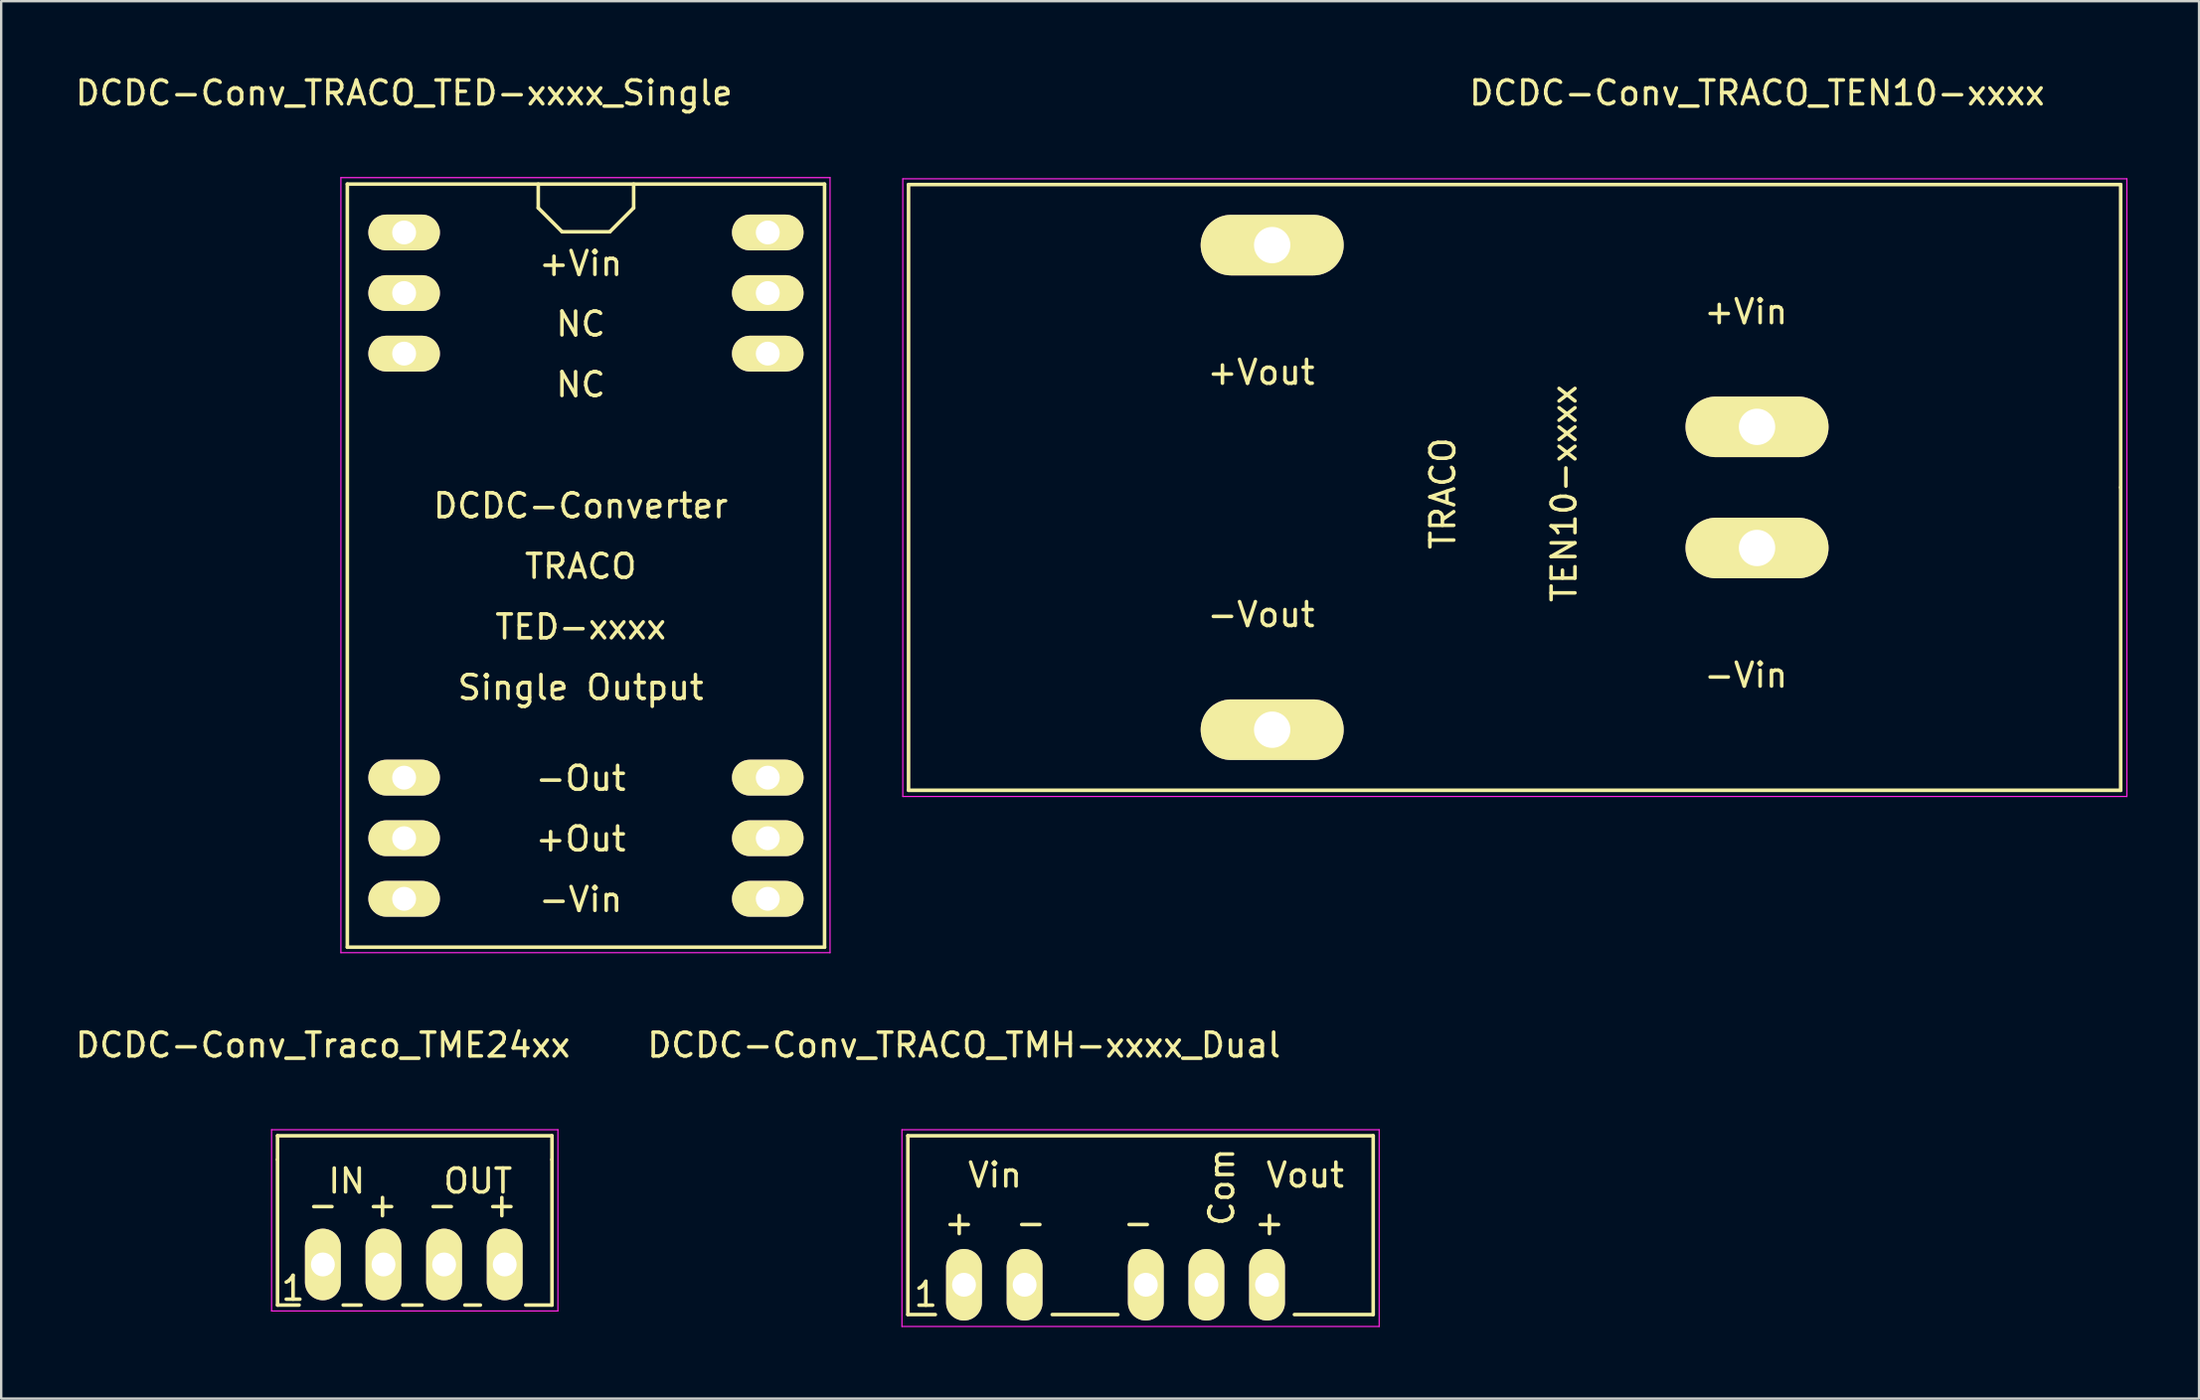
<source format=kicad_pcb>
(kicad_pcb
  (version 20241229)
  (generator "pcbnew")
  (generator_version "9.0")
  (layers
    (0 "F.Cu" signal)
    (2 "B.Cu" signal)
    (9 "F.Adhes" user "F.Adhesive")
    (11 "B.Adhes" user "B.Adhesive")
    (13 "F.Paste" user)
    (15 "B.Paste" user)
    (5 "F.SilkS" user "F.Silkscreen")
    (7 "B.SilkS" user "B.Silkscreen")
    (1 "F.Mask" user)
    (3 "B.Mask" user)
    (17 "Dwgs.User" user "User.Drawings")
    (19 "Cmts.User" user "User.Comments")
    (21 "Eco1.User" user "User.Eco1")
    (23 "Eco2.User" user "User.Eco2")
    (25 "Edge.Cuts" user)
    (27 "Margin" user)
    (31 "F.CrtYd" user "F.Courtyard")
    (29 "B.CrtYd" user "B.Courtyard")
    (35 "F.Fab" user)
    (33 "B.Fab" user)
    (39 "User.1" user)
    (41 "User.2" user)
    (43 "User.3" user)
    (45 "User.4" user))
  (footprint "DCDC-Conv_TRACO_TMH-xxxx_Dual"
    (layer "F.Cu")
    (at 37.351 50.822)
    (property "Reference" "DCDC-Conv_TRACO_TMH-xxxx_Dual" (at 0 -10.05 0) (layer "F.SilkS") (effects (font (size 1 1) (thickness 0.15))))
    (attr through_hole)
    (fp_line (start -2.352 -6.248) (end -2.352 1.25) (stroke (width 0.15) (type solid)) (layer "F.SilkS"))
    (fp_line (start -1.201 1.25) (end -2.352 1.25) (stroke (width 0.15) (type solid)) (layer "F.SilkS"))
    (fp_line (start 6.449 1.25) (end 3.698 1.25) (stroke (width 0.15) (type solid)) (layer "F.SilkS"))
    (fp_line (start 17.15 -6.248) (end -2.352 -6.248) (stroke (width 0.15) (type solid)) (layer "F.SilkS"))
    (fp_line (start 17.15 1.25) (end 13.848 1.25) (stroke (width 0.15) (type solid)) (layer "F.SilkS"))
    (fp_line (start 17.15 1.25) (end 17.15 -6.248) (stroke (width 0.15) (type solid)) (layer "F.SilkS"))
    (fp_line (start -2.6 -6.5) (end -2.6 1.75) (stroke (width 0.05) (type solid)) (layer "F.CrtYd"))
    (fp_line (start -2.6 -6.5) (end 17.4 -6.5) (stroke (width 0.05) (type solid)) (layer "F.CrtYd"))
    (fp_line (start -2.6 1.75) (end 17.4 1.75) (stroke (width 0.05) (type solid)) (layer "F.CrtYd"))
    (fp_line (start 17.4 -6.5) (end 17.4 1.75) (stroke (width 0.05) (type solid)) (layer "F.CrtYd"))
    (fp_text user "+" (at -0.201 -2.6 0) (layer "F.SilkS") (effects (font (size 1 1) (thickness 0.15))))
    (fp_text user "+" (at 12.801 -2.6 0) (layer "F.SilkS") (effects (font (size 1 1) (thickness 0.15))))
    (fp_text user "1" (at -1.6 0.4 0) (layer "F.SilkS") (effects (font (size 1 1) (thickness 0.15))))
    (fp_text user "Com" (at 10.8 -4.101 90) (layer "F.SilkS") (effects (font (size 1 1) (thickness 0.15))))
    (fp_text user "-" (at 7.3 -2.6 0) (layer "F.SilkS") (effects (font (size 1 1) (thickness 0.15))))
    (fp_text user "-" (at 2.799 -2.6 0) (layer "F.SilkS") (effects (font (size 1 1) (thickness 0.15))))
    (fp_text user "Vin" (at 1.3 -4.599 0) (layer "F.SilkS") (effects (font (size 1 1) (thickness 0.15))))
    (fp_text user "Vout" (at 14.3 -4.599 0) (layer "F.SilkS") (effects (font (size 1 1) (thickness 0.15))))
    (pad "1" thru_hole oval (at 0 0) (size 1.501 3) (drill 1.001) (layers "*.Cu" "*.Mask" "F.SilkS"))
    (pad "2" thru_hole oval (at 2.54 0) (size 1.501 3) (drill 1.001) (layers "*.Cu" "*.Mask" "F.SilkS"))
    (pad "4" thru_hole oval (at 7.62 0) (size 1.501 3) (drill 1.001) (layers "*.Cu" "*.Mask" "F.SilkS"))
    (pad "5" thru_hole oval (at 10.16 0) (size 1.501 3) (drill 1.001) (layers "*.Cu" "*.Mask" "F.SilkS"))
    (pad "6" thru_hole oval (at 12.7 0) (size 1.501 3) (drill 1.001) (layers "*.Cu" "*.Mask" "F.SilkS")))
  (footprint "DCDC-Conv_Traco_TME24xx"
    (layer "F.Cu")
    (at 10.482 49.971)
    (property "Reference" "DCDC-Conv_Traco_TME24xx" (at 0 -9.2 0) (layer "F.SilkS") (effects (font (size 1 1) (thickness 0.15))))
    (attr through_hole)
    (fp_line (start -1.9 -5.397) (end -1.9 -4.399) (stroke (width 0.15) (type solid)) (layer "F.SilkS"))
    (fp_line (start -1.9 -4.399) (end -1.9 1.702) (stroke (width 0.15) (type solid)) (layer "F.SilkS"))
    (fp_line (start -0.998 1.702) (end -1.9 1.702) (stroke (width 0.15) (type solid)) (layer "F.SilkS"))
    (fp_line (start 1.6 1.702) (end 0.851 1.702) (stroke (width 0.15) (type solid)) (layer "F.SilkS"))
    (fp_line (start 4.15 1.702) (end 3.35 1.702) (stroke (width 0.15) (type solid)) (layer "F.SilkS"))
    (fp_line (start 6.601 1.702) (end 5.951 1.702) (stroke (width 0.15) (type solid)) (layer "F.SilkS"))
    (fp_line (start 9.601 -5.397) (end -1.9 -5.397) (stroke (width 0.15) (type solid)) (layer "F.SilkS"))
    (fp_line (start 9.601 -4.399) (end 9.601 -5.397) (stroke (width 0.15) (type solid)) (layer "F.SilkS"))
    (fp_line (start 9.601 1.702) (end 8.501 1.702) (stroke (width 0.15) (type solid)) (layer "F.SilkS"))
    (fp_line (start 9.601 1.702) (end 9.601 -4.399) (stroke (width 0.15) (type solid)) (layer "F.SilkS"))
    (fp_line (start -2.15 -5.65) (end -2.15 1.95) (stroke (width 0.05) (type solid)) (layer "F.CrtYd"))
    (fp_line (start -2.15 -5.65) (end 9.85 -5.65) (stroke (width 0.05) (type solid)) (layer "F.CrtYd"))
    (fp_line (start -2.15 1.95) (end 9.85 1.95) (stroke (width 0.05) (type solid)) (layer "F.CrtYd"))
    (fp_line (start 9.85 -5.65) (end 9.85 1.95) (stroke (width 0.05) (type solid)) (layer "F.CrtYd"))
    (fp_text user "-" (at -0.001 -2.5 0) (layer "F.SilkS") (effects (font (size 1 1) (thickness 0.15))))
    (fp_text user "+" (at 7.5 -2.5 0) (layer "F.SilkS") (effects (font (size 1 1) (thickness 0.15))))
    (fp_text user "-" (at 5.001 -2.5 0) (layer "F.SilkS") (effects (font (size 1 1) (thickness 0.15))))
    (fp_text user "+" (at 2.499 -2.5 0) (layer "F.SilkS") (effects (font (size 1 1) (thickness 0.15))))
    (fp_text user "IN" (at 1 -3.499 0) (layer "F.SilkS") (effects (font (size 1 1) (thickness 0.15))))
    (fp_text user "1" (at -1.25 1 0) (layer "F.SilkS") (effects (font (size 1 1) (thickness 0.15))))
    (fp_text user "OUT" (at 6.499 -3.499 0) (layer "F.SilkS") (effects (font (size 1 1) (thickness 0.15))))
    (pad "1" thru_hole oval (at 0 0) (size 1.501 3) (drill 1.001) (layers "*.Cu" "*.Mask" "F.SilkS"))
    (pad "2" thru_hole oval (at 2.54 0) (size 1.501 3) (drill 1.001) (layers "*.Cu" "*.Mask" "F.SilkS"))
    (pad "3" thru_hole oval (at 5.08 0) (size 1.501 3) (drill 1.001) (layers "*.Cu" "*.Mask" "F.SilkS"))
    (pad "4" thru_hole oval (at 7.62 0) (size 1.501 3) (drill 1.001) (layers "*.Cu" "*.Mask" "F.SilkS")))
  (footprint "DCDC-Conv_TRACO_TED-xxxx_Single"
    (layer "F.Cu")
    (at 13.887 6.698)
    (property "Reference" "DCDC-Conv_TRACO_TED-xxxx_Single" (at 0 -5.85 0) (layer "F.SilkS") (effects (font (size 1 1) (thickness 0.15))))
    (attr through_hole)
    (fp_line (start -2.38 -2.029) (end -2.38 29.97) (stroke (width 0.15) (type solid)) (layer "F.SilkS"))
    (fp_line (start -2.38 29.97) (end 17.62 29.97) (stroke (width 0.15) (type solid)) (layer "F.SilkS"))
    (fp_line (start 5.621 -2.029) (end 5.621 -1.031) (stroke (width 0.15) (type solid)) (layer "F.SilkS"))
    (fp_line (start 5.621 -1.031) (end 6.619 -0.03) (stroke (width 0.15) (type solid)) (layer "F.SilkS"))
    (fp_line (start 6.619 -0.03) (end 8.621 -0.03) (stroke (width 0.15) (type solid)) (layer "F.SilkS"))
    (fp_line (start 8.621 -0.03) (end 9.619 -1.031) (stroke (width 0.15) (type solid)) (layer "F.SilkS"))
    (fp_line (start 9.619 -1.031) (end 9.619 -2.029) (stroke (width 0.15) (type solid)) (layer "F.SilkS"))
    (fp_line (start 17.62 -2.029) (end -2.38 -2.029) (stroke (width 0.15) (type solid)) (layer "F.SilkS"))
    (fp_line (start 17.62 29.97) (end 17.62 -2.029) (stroke (width 0.15) (type solid)) (layer "F.SilkS"))
    (fp_line (start -2.65 -2.3) (end -2.65 30.2) (stroke (width 0.05) (type solid)) (layer "F.CrtYd"))
    (fp_line (start -2.65 -2.3) (end 17.85 -2.3) (stroke (width 0.05) (type solid)) (layer "F.CrtYd"))
    (fp_line (start -2.65 30.2) (end 17.85 30.2) (stroke (width 0.05) (type solid)) (layer "F.CrtYd"))
    (fp_line (start 17.85 -2.3) (end 17.85 30.2) (stroke (width 0.05) (type solid)) (layer "F.CrtYd"))
    (fp_text user "DCDC-Converter" (at 7.4 11.46 0) (layer "F.SilkS") (effects (font (size 1 1) (thickness 0.15))))
    (fp_text user "+Out" (at 7.4 25.43 0) (layer "F.SilkS") (effects (font (size 1 1) (thickness 0.15))))
    (fp_text user "+Vin" (at 7.4 1.3 0) (layer "F.SilkS") (effects (font (size 1 1) (thickness 0.15))))
    (fp_text user "NC" (at 7.4 6.38 0) (layer "F.SilkS") (effects (font (size 1 1) (thickness 0.15))))
    (fp_text user "-Out" (at 7.4 22.89 0) (layer "F.SilkS") (effects (font (size 1 1) (thickness 0.15))))
    (fp_text user "Single Output" (at 7.4 19.08 0) (layer "F.SilkS") (effects (font (size 1 1) (thickness 0.15))))
    (fp_text user "TRACO" (at 7.4 14 0) (layer "F.SilkS") (effects (font (size 1 1) (thickness 0.15))))
    (fp_text user "NC" (at 7.4 3.84 0) (layer "F.SilkS") (effects (font (size 1 1) (thickness 0.15))))
    (fp_text user "-Vin" (at 7.4 27.97 0) (layer "F.SilkS") (effects (font (size 1 1) (thickness 0.15))))
    (fp_text user "TED-xxxx" (at 7.4 16.54 0) (layer "F.SilkS") (effects (font (size 1 1) (thickness 0.15))))
    (pad "1" thru_hole oval (at 0 0) (size 3 1.501) (drill 1.001) (layers "*.Cu" "*.Mask" "F.SilkS"))
    (pad "2" thru_hole oval (at 0 2.54) (size 3 1.501) (drill 1.001) (layers "*.Cu" "*.Mask" "F.SilkS"))
    (pad "3" thru_hole oval (at 0 5.08) (size 3 1.501) (drill 1.001) (layers "*.Cu" "*.Mask" "F.SilkS"))
    (pad "10" thru_hole oval (at 0 22.86) (size 3 1.501) (drill 1.001) (layers "*.Cu" "*.Mask" "F.SilkS"))
    (pad "11" thru_hole oval (at 0 25.4) (size 3 1.501) (drill 1.001) (layers "*.Cu" "*.Mask" "F.SilkS"))
    (pad "12" thru_hole oval (at 0 27.94) (size 3 1.501) (drill 1.001) (layers "*.Cu" "*.Mask" "F.SilkS"))
    (pad "13" thru_hole oval (at 15.24 27.94) (size 3 1.501) (drill 1.001) (layers "*.Cu" "*.Mask" "F.SilkS"))
    (pad "14" thru_hole oval (at 15.24 25.4) (size 3 1.501) (drill 1.001) (layers "*.Cu" "*.Mask" "F.SilkS"))
    (pad "15" thru_hole oval (at 15.24 22.86) (size 3 1.501) (drill 1.001) (layers "*.Cu" "*.Mask" "F.SilkS"))
    (pad "22" thru_hole oval (at 15.24 5.08) (size 3 1.501) (drill 1.001) (layers "*.Cu" "*.Mask" "F.SilkS"))
    (pad "23" thru_hole oval (at 15.24 2.54) (size 3 1.501) (drill 1.001) (layers "*.Cu" "*.Mask" "F.SilkS"))
    (pad "24" thru_hole oval (at 15.24 0) (size 3 1.501) (drill 1.001) (layers "*.Cu" "*.Mask" "F.SilkS")))
  (footprint "DCDC-Conv_TRACO_TEN10-xxxx"
    (layer "F.Cu")
    (at 70.587 14.848)
    (property "Reference" "DCDC-Conv_TRACO_TEN10-xxxx" (at 0 -14 0) (layer "F.SilkS") (effects (font (size 1 1) (thickness 0.15))))
    (attr through_hole)
    (fp_line (start -35.56 -10.16) (end -35.56 15.24) (stroke (width 0.15) (type solid)) (layer "F.SilkS"))
    (fp_line (start -35.56 15.24) (end 15.24 15.24) (stroke (width 0.15) (type solid)) (layer "F.SilkS"))
    (fp_line (start 15.24 -10.16) (end -35.56 -10.16) (stroke (width 0.15) (type solid)) (layer "F.SilkS"))
    (fp_line (start 15.24 2.54) (end 15.24 -10.16) (stroke (width 0.15) (type solid)) (layer "F.SilkS"))
    (fp_line (start 15.24 15.24) (end 15.24 2.54) (stroke (width 0.15) (type solid)) (layer "F.SilkS"))
    (fp_line (start -35.8 -10.4) (end -35.8 15.5) (stroke (width 0.05) (type solid)) (layer "F.CrtYd"))
    (fp_line (start -35.8 -10.4) (end 15.5 -10.4) (stroke (width 0.05) (type solid)) (layer "F.CrtYd"))
    (fp_line (start -35.8 15.5) (end 15.5 15.5) (stroke (width 0.05) (type solid)) (layer "F.CrtYd"))
    (fp_line (start 15.5 -10.4) (end 15.5 15.5) (stroke (width 0.05) (type solid)) (layer "F.CrtYd"))
    (fp_text user "-Vin" (at -0.465 10.414 180) (layer "F.SilkS") (effects (font (size 1 1) (thickness 0.15))))
    (fp_text user "-Vout" (at -20.785 7.874 180) (layer "F.SilkS") (effects (font (size 1 1) (thickness 0.15))))
    (fp_text user "+Vin" (at -0.465 -4.826 180) (layer "F.SilkS") (effects (font (size 1 1) (thickness 0.15))))
    (fp_text user "TEN10-xxxx" (at -8.085 2.794 90) (layer "F.SilkS") (effects (font (size 1 1) (thickness 0.15))))
    (fp_text user "+Vout" (at -20.785 -2.286 180) (layer "F.SilkS") (effects (font (size 1 1) (thickness 0.15))))
    (fp_text user "TRACO" (at -13.165 2.794 90) (layer "F.SilkS") (effects (font (size 1 1) (thickness 0.15))))
    (pad "1" thru_hole oval (at 0 0) (size 5.994 2.54) (drill 1.524) (layers "*.Cu" "*.Mask" "F.SilkS"))
    (pad "2" thru_hole oval (at 0 5.08) (size 5.994 2.54) (drill 1.524) (layers "*.Cu" "*.Mask" "F.SilkS"))
    (pad "3" thru_hole oval (at -20.32 -7.62) (size 5.994 2.54) (drill 1.524) (layers "*.Cu" "*.Mask" "F.SilkS"))
    (pad "5" thru_hole oval (at -20.32 12.7) (size 5.994 2.54) (drill 1.524) (layers "*.Cu" "*.Mask" "F.SilkS")))
  (gr_rect
    (start -3 -3)
    (end 89.112 55.596)
    (stroke (width 0.1) (type default))
    (fill no)
    (layer "Edge.Cuts")))
</source>
